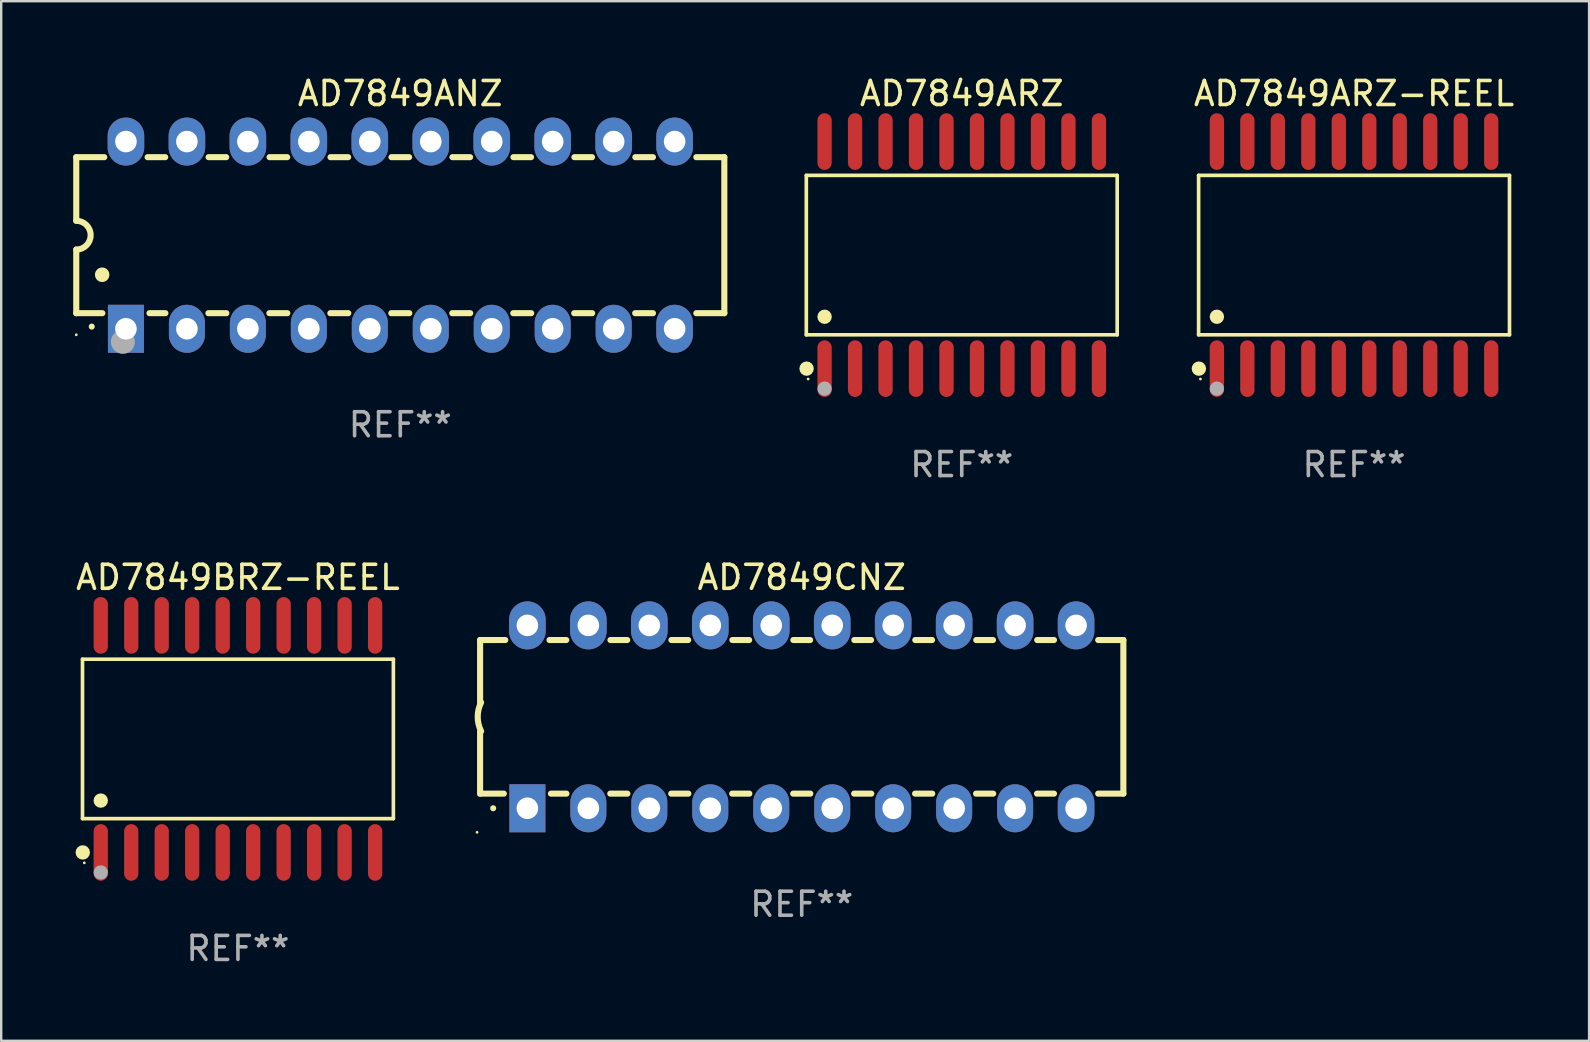
<source format=kicad_pcb>
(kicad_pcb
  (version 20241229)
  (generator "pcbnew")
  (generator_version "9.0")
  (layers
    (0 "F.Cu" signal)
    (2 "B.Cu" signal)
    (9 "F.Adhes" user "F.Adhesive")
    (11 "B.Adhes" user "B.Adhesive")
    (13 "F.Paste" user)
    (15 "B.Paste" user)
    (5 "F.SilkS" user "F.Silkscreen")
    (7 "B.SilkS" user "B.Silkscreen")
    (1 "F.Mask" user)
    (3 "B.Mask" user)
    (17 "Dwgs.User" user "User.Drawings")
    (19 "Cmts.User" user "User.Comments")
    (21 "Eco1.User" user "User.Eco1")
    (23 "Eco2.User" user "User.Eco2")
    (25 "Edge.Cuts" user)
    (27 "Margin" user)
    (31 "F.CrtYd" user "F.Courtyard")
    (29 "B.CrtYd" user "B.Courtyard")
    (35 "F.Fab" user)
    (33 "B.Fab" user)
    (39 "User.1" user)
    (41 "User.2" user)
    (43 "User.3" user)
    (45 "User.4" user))
  (footprint "AD7849ARZ-REEL"
    (layer "F.Cu")
    (at 53.363 7.578)
    (property "Reference" "AD7849ARZ-REEL" (at 0 -6.73 0) (layer "F.SilkS") (effects (font (size 1 1) (thickness 0.15))))
    (attr through_hole)
    (fp_line (start -6.476 -3.321) (end 6.476 -3.321) (stroke (width 0.152) (type solid)) (layer "F.SilkS"))
    (fp_line (start -6.476 3.321) (end -6.476 -3.321) (stroke (width 0.152) (type solid)) (layer "F.SilkS"))
    (fp_line (start 6.476 -3.321) (end 6.476 3.321) (stroke (width 0.152) (type solid)) (layer "F.SilkS"))
    (fp_line (start 6.476 3.321) (end -6.476 3.321) (stroke (width 0.152) (type solid)) (layer "F.SilkS"))
    (fp_circle (center -6.465 4.73) (end -6.315 4.73) (stroke (width 0.3) (type solid)) (fill no) (layer "F.SilkS"))
    (fp_circle (center -6.4 5.163) (end -6.37 5.163) (stroke (width 0.06) (type solid)) (fill no) (layer "F.SilkS"))
    (fp_circle (center -5.715 2.569) (end -5.565 2.569) (stroke (width 0.3) (type solid)) (fill no) (layer "F.SilkS"))
    (fp_circle (center -5.715 5.563) (end -5.565 5.563) (stroke (width 0.3) (type solid)) (fill no) (layer "F.Fab"))
    (fp_text user "REF**" (at 0 8.73 0) (layer "F.Fab") (effects (font (size 1 1) (thickness 0.15))))
    (pad "1" smd oval (at -5.715 4.73) (size 0.595 2.36) (layers "F.Cu" "F.Mask" "F.Paste"))
    (pad "2" smd oval (at -4.445 4.73) (size 0.595 2.36) (layers "F.Cu" "F.Mask" "F.Paste"))
    (pad "3" smd oval (at -3.175 4.73) (size 0.595 2.36) (layers "F.Cu" "F.Mask" "F.Paste"))
    (pad "4" smd oval (at -1.905 4.73) (size 0.595 2.36) (layers "F.Cu" "F.Mask" "F.Paste"))
    (pad "5" smd oval (at -0.635 4.73) (size 0.595 2.36) (layers "F.Cu" "F.Mask" "F.Paste"))
    (pad "6" smd oval (at 0.635 4.73) (size 0.595 2.36) (layers "F.Cu" "F.Mask" "F.Paste"))
    (pad "7" smd oval (at 1.905 4.73) (size 0.595 2.36) (layers "F.Cu" "F.Mask" "F.Paste"))
    (pad "8" smd oval (at 3.175 4.73) (size 0.595 2.36) (layers "F.Cu" "F.Mask" "F.Paste"))
    (pad "9" smd oval (at 4.445 4.73) (size 0.595 2.36) (layers "F.Cu" "F.Mask" "F.Paste"))
    (pad "10" smd oval (at 5.715 4.73) (size 0.595 2.36) (layers "F.Cu" "F.Mask" "F.Paste"))
    (pad "11" smd oval (at 5.715 -4.73) (size 0.595 2.36) (layers "F.Cu" "F.Mask" "F.Paste"))
    (pad "12" smd oval (at 4.445 -4.73) (size 0.595 2.36) (layers "F.Cu" "F.Mask" "F.Paste"))
    (pad "13" smd oval (at 3.175 -4.73) (size 0.595 2.36) (layers "F.Cu" "F.Mask" "F.Paste"))
    (pad "14" smd oval (at 1.905 -4.73) (size 0.595 2.36) (layers "F.Cu" "F.Mask" "F.Paste"))
    (pad "15" smd oval (at 0.635 -4.73) (size 0.595 2.36) (layers "F.Cu" "F.Mask" "F.Paste"))
    (pad "16" smd oval (at -0.635 -4.73) (size 0.595 2.36) (layers "F.Cu" "F.Mask" "F.Paste"))
    (pad "17" smd oval (at -1.905 -4.73) (size 0.595 2.36) (layers "F.Cu" "F.Mask" "F.Paste"))
    (pad "18" smd oval (at -3.175 -4.73) (size 0.595 2.36) (layers "F.Cu" "F.Mask" "F.Paste"))
    (pad "19" smd oval (at -4.445 -4.73) (size 0.595 2.36) (layers "F.Cu" "F.Mask" "F.Paste"))
    (pad "20" smd oval (at -5.715 -4.73) (size 0.595 2.36) (layers "F.Cu" "F.Mask" "F.Paste")))
  (footprint "AD7849ANZ"
    (layer "F.Cu")
    (at 13.627 6.748)
    (property "Reference" "AD7849ANZ" (at 0 -5.9 0) (layer "F.SilkS") (effects (font (size 1 1) (thickness 0.15))))
    (attr through_hole)
    (fp_line (start -13.5 -3.25) (end -12.333 -3.25) (stroke (width 0.254) (type solid)) (layer "F.SilkS"))
    (fp_line (start -13.5 -0.6) (end -13.5 -3.25) (stroke (width 0.254) (type solid)) (layer "F.SilkS"))
    (fp_line (start -13.5 3.25) (end -13.5 0.6) (stroke (width 0.254) (type solid)) (layer "F.SilkS"))
    (fp_line (start -13.5 3.25) (end -12.411 3.25) (stroke (width 0.254) (type solid)) (layer "F.SilkS"))
    (fp_line (start -10.527 -3.25) (end -9.793 -3.25) (stroke (width 0.254) (type solid)) (layer "F.SilkS"))
    (fp_line (start -10.449 3.25) (end -9.786 3.25) (stroke (width 0.254) (type solid)) (layer "F.SilkS"))
    (fp_line (start -7.994 3.25) (end -7.246 3.25) (stroke (width 0.254) (type solid)) (layer "F.SilkS"))
    (fp_line (start -7.987 -3.25) (end -7.253 -3.25) (stroke (width 0.254) (type solid)) (layer "F.SilkS"))
    (fp_line (start -5.454 3.25) (end -4.706 3.25) (stroke (width 0.254) (type solid)) (layer "F.SilkS"))
    (fp_line (start -5.447 -3.25) (end -4.713 -3.25) (stroke (width 0.254) (type solid)) (layer "F.SilkS"))
    (fp_line (start -2.914 3.25) (end -2.166 3.25) (stroke (width 0.254) (type solid)) (layer "F.SilkS"))
    (fp_line (start -2.907 -3.25) (end -2.173 -3.25) (stroke (width 0.254) (type solid)) (layer "F.SilkS"))
    (fp_line (start -0.374 3.25) (end 0.374 3.25) (stroke (width 0.254) (type solid)) (layer "F.SilkS"))
    (fp_line (start -0.367 -3.25) (end 0.367 -3.25) (stroke (width 0.254) (type solid)) (layer "F.SilkS"))
    (fp_line (start 2.166 3.25) (end 2.914 3.25) (stroke (width 0.254) (type solid)) (layer "F.SilkS"))
    (fp_line (start 2.173 -3.25) (end 2.907 -3.25) (stroke (width 0.254) (type solid)) (layer "F.SilkS"))
    (fp_line (start 4.706 3.25) (end 5.454 3.25) (stroke (width 0.254) (type solid)) (layer "F.SilkS"))
    (fp_line (start 4.713 -3.25) (end 5.447 -3.25) (stroke (width 0.254) (type solid)) (layer "F.SilkS"))
    (fp_line (start 7.246 3.25) (end 7.994 3.25) (stroke (width 0.254) (type solid)) (layer "F.SilkS"))
    (fp_line (start 7.253 -3.25) (end 7.987 -3.25) (stroke (width 0.254) (type solid)) (layer "F.SilkS"))
    (fp_line (start 9.786 3.25) (end 10.527 3.25) (stroke (width 0.254) (type solid)) (layer "F.SilkS"))
    (fp_line (start 9.793 -3.25) (end 10.527 -3.25) (stroke (width 0.254) (type solid)) (layer "F.SilkS"))
    (fp_line (start 12.333 -3.25) (end 13.5 -3.25) (stroke (width 0.254) (type solid)) (layer "F.SilkS"))
    (fp_line (start 12.333 3.25) (end 13.5 3.25) (stroke (width 0.254) (type solid)) (layer "F.SilkS"))
    (fp_line (start 13.5 -3.25) (end 13.5 3.25) (stroke (width 0.254) (type solid)) (layer "F.SilkS"))
    (fp_arc (start -13.500127 -0.599442) (mid -12.900406 0.000228) (end -13.500025 0.6) (stroke (width 0.254001) (type solid)) (layer "F.SilkS"))
    (fp_arc (start -12.854966 3.810008) (mid -12.854973 3.808738) (end -12.854966 3.807468) (stroke (width 0.25) (type solid)) (layer "F.SilkS"))
    (fp_arc (start -12.420625 1.651003) (mid -12.420636 1.648463) (end -12.420625 1.645923) (stroke (width 0.6) (type solid)) (layer "F.SilkS"))
    (fp_circle (center -13.5 4.15) (end -13.47 4.15) (stroke (width 0.06) (type solid)) (fill no) (layer "F.SilkS"))
    (fp_circle (center -11.557 4.445) (end -11.307 4.445) (stroke (width 0.5) (type solid)) (fill no) (layer "F.Fab"))
    (fp_text user "REF**" (at 0 7.9 0) (layer "F.Fab") (effects (font (size 1 1) (thickness 0.15))))
    (pad "1" thru_hole rect (at -11.43 3.9 90) (size 2 1.5) (drill 0.9) (layers "*.Cu" "*.Mask"))
    (pad "2" thru_hole oval (at -8.89 3.9 90) (size 2 1.5) (drill 0.9) (layers "*.Cu" "*.Mask"))
    (pad "3" thru_hole oval (at -6.35 3.9 90) (size 2 1.5) (drill 0.9) (layers "*.Cu" "*.Mask"))
    (pad "4" thru_hole oval (at -3.81 3.9 90) (size 2 1.5) (drill 0.9) (layers "*.Cu" "*.Mask"))
    (pad "5" thru_hole oval (at -1.27 3.9 90) (size 2 1.5) (drill 0.9) (layers "*.Cu" "*.Mask"))
    (pad "6" thru_hole oval (at 1.27 3.9 90) (size 2 1.5) (drill 0.9) (layers "*.Cu" "*.Mask"))
    (pad "7" thru_hole oval (at 3.81 3.9 90) (size 2 1.5) (drill 0.9) (layers "*.Cu" "*.Mask"))
    (pad "8" thru_hole oval (at 6.35 3.9 90) (size 2 1.5) (drill 0.9) (layers "*.Cu" "*.Mask"))
    (pad "9" thru_hole oval (at 8.89 3.9 90) (size 2 1.5) (drill 0.9) (layers "*.Cu" "*.Mask"))
    (pad "10" thru_hole oval (at 11.43 3.9 90) (size 2 1.524) (drill 0.9) (layers "*.Cu" "*.Mask"))
    (pad "11" thru_hole oval (at 11.43 -3.9 90) (size 2 1.524) (drill 0.9) (layers "*.Cu" "*.Mask"))
    (pad "12" thru_hole oval (at 8.89 -3.9 90) (size 2 1.524) (drill 0.9) (layers "*.Cu" "*.Mask"))
    (pad "13" thru_hole oval (at 6.35 -3.9 90) (size 2 1.524) (drill 0.9) (layers "*.Cu" "*.Mask"))
    (pad "14" thru_hole oval (at 3.81 -3.9 90) (size 2 1.524) (drill 0.9) (layers "*.Cu" "*.Mask"))
    (pad "15" thru_hole oval (at 1.27 -3.9 90) (size 2 1.524) (drill 0.9) (layers "*.Cu" "*.Mask"))
    (pad "16" thru_hole oval (at -1.27 -3.9 90) (size 2 1.524) (drill 0.9) (layers "*.Cu" "*.Mask"))
    (pad "17" thru_hole oval (at -3.81 -3.9 90) (size 2 1.524) (drill 0.9) (layers "*.Cu" "*.Mask"))
    (pad "18" thru_hole oval (at -6.35 -3.9 90) (size 2 1.524) (drill 0.9) (layers "*.Cu" "*.Mask"))
    (pad "19" thru_hole oval (at -8.89 -3.9 90) (size 2 1.524) (drill 0.9) (layers "*.Cu" "*.Mask"))
    (pad "20" thru_hole oval (at -11.43 -3.9 90) (size 2 1.524) (drill 0.9) (layers "*.Cu" "*.Mask")))
  (footprint "AD7849ARZ"
    (layer "F.Cu")
    (at 37.019 7.578)
    (property "Reference" "AD7849ARZ" (at 0 -6.73 0) (layer "F.SilkS") (effects (font (size 1 1) (thickness 0.15))))
    (attr through_hole)
    (fp_line (start -6.476 -3.321) (end 6.476 -3.321) (stroke (width 0.152) (type solid)) (layer "F.SilkS"))
    (fp_line (start -6.476 3.321) (end -6.476 -3.321) (stroke (width 0.152) (type solid)) (layer "F.SilkS"))
    (fp_line (start 6.476 -3.321) (end 6.476 3.321) (stroke (width 0.152) (type solid)) (layer "F.SilkS"))
    (fp_line (start 6.476 3.321) (end -6.476 3.321) (stroke (width 0.152) (type solid)) (layer "F.SilkS"))
    (fp_circle (center -6.465 4.73) (end -6.315 4.73) (stroke (width 0.3) (type solid)) (fill no) (layer "F.SilkS"))
    (fp_circle (center -6.4 5.163) (end -6.37 5.163) (stroke (width 0.06) (type solid)) (fill no) (layer "F.SilkS"))
    (fp_circle (center -5.715 2.569) (end -5.565 2.569) (stroke (width 0.3) (type solid)) (fill no) (layer "F.SilkS"))
    (fp_circle (center -5.715 5.563) (end -5.565 5.563) (stroke (width 0.3) (type solid)) (fill no) (layer "F.Fab"))
    (fp_text user "REF**" (at 0 8.73 0) (layer "F.Fab") (effects (font (size 1 1) (thickness 0.15))))
    (pad "1" smd oval (at -5.715 4.73) (size 0.595 2.36) (layers "F.Cu" "F.Mask" "F.Paste"))
    (pad "2" smd oval (at -4.445 4.73) (size 0.595 2.36) (layers "F.Cu" "F.Mask" "F.Paste"))
    (pad "3" smd oval (at -3.175 4.73) (size 0.595 2.36) (layers "F.Cu" "F.Mask" "F.Paste"))
    (pad "4" smd oval (at -1.905 4.73) (size 0.595 2.36) (layers "F.Cu" "F.Mask" "F.Paste"))
    (pad "5" smd oval (at -0.635 4.73) (size 0.595 2.36) (layers "F.Cu" "F.Mask" "F.Paste"))
    (pad "6" smd oval (at 0.635 4.73) (size 0.595 2.36) (layers "F.Cu" "F.Mask" "F.Paste"))
    (pad "7" smd oval (at 1.905 4.73) (size 0.595 2.36) (layers "F.Cu" "F.Mask" "F.Paste"))
    (pad "8" smd oval (at 3.175 4.73) (size 0.595 2.36) (layers "F.Cu" "F.Mask" "F.Paste"))
    (pad "9" smd oval (at 4.445 4.73) (size 0.595 2.36) (layers "F.Cu" "F.Mask" "F.Paste"))
    (pad "10" smd oval (at 5.715 4.73) (size 0.595 2.36) (layers "F.Cu" "F.Mask" "F.Paste"))
    (pad "11" smd oval (at 5.715 -4.73) (size 0.595 2.36) (layers "F.Cu" "F.Mask" "F.Paste"))
    (pad "12" smd oval (at 4.445 -4.73) (size 0.595 2.36) (layers "F.Cu" "F.Mask" "F.Paste"))
    (pad "13" smd oval (at 3.175 -4.73) (size 0.595 2.36) (layers "F.Cu" "F.Mask" "F.Paste"))
    (pad "14" smd oval (at 1.905 -4.73) (size 0.595 2.36) (layers "F.Cu" "F.Mask" "F.Paste"))
    (pad "15" smd oval (at 0.635 -4.73) (size 0.595 2.36) (layers "F.Cu" "F.Mask" "F.Paste"))
    (pad "16" smd oval (at -0.635 -4.73) (size 0.595 2.36) (layers "F.Cu" "F.Mask" "F.Paste"))
    (pad "17" smd oval (at -1.905 -4.73) (size 0.595 2.36) (layers "F.Cu" "F.Mask" "F.Paste"))
    (pad "18" smd oval (at -3.175 -4.73) (size 0.595 2.36) (layers "F.Cu" "F.Mask" "F.Paste"))
    (pad "19" smd oval (at -4.445 -4.73) (size 0.595 2.36) (layers "F.Cu" "F.Mask" "F.Paste"))
    (pad "20" smd oval (at -5.715 -4.73) (size 0.595 2.36) (layers "F.Cu" "F.Mask" "F.Paste")))
  (footprint "AD7849BRZ-REEL"
    (layer "F.Cu")
    (at 6.863 27.735)
    (property "Reference" "AD7849BRZ-REEL" (at 0 -6.73 0) (layer "F.SilkS") (effects (font (size 1 1) (thickness 0.15))))
    (attr through_hole)
    (fp_line (start -6.476 -3.321) (end 6.476 -3.321) (stroke (width 0.152) (type solid)) (layer "F.SilkS"))
    (fp_line (start -6.476 3.321) (end -6.476 -3.321) (stroke (width 0.152) (type solid)) (layer "F.SilkS"))
    (fp_line (start 6.476 -3.321) (end 6.476 3.321) (stroke (width 0.152) (type solid)) (layer "F.SilkS"))
    (fp_line (start 6.476 3.321) (end -6.476 3.321) (stroke (width 0.152) (type solid)) (layer "F.SilkS"))
    (fp_circle (center -6.465 4.73) (end -6.315 4.73) (stroke (width 0.3) (type solid)) (fill no) (layer "F.SilkS"))
    (fp_circle (center -6.4 5.163) (end -6.37 5.163) (stroke (width 0.06) (type solid)) (fill no) (layer "F.SilkS"))
    (fp_circle (center -5.715 2.569) (end -5.565 2.569) (stroke (width 0.3) (type solid)) (fill no) (layer "F.SilkS"))
    (fp_circle (center -5.715 5.563) (end -5.565 5.563) (stroke (width 0.3) (type solid)) (fill no) (layer "F.Fab"))
    (fp_text user "REF**" (at 0 8.73 0) (layer "F.Fab") (effects (font (size 1 1) (thickness 0.15))))
    (pad "1" smd oval (at -5.715 4.73) (size 0.595 2.36) (layers "F.Cu" "F.Mask" "F.Paste"))
    (pad "2" smd oval (at -4.445 4.73) (size 0.595 2.36) (layers "F.Cu" "F.Mask" "F.Paste"))
    (pad "3" smd oval (at -3.175 4.73) (size 0.595 2.36) (layers "F.Cu" "F.Mask" "F.Paste"))
    (pad "4" smd oval (at -1.905 4.73) (size 0.595 2.36) (layers "F.Cu" "F.Mask" "F.Paste"))
    (pad "5" smd oval (at -0.635 4.73) (size 0.595 2.36) (layers "F.Cu" "F.Mask" "F.Paste"))
    (pad "6" smd oval (at 0.635 4.73) (size 0.595 2.36) (layers "F.Cu" "F.Mask" "F.Paste"))
    (pad "7" smd oval (at 1.905 4.73) (size 0.595 2.36) (layers "F.Cu" "F.Mask" "F.Paste"))
    (pad "8" smd oval (at 3.175 4.73) (size 0.595 2.36) (layers "F.Cu" "F.Mask" "F.Paste"))
    (pad "9" smd oval (at 4.445 4.73) (size 0.595 2.36) (layers "F.Cu" "F.Mask" "F.Paste"))
    (pad "10" smd oval (at 5.715 4.73) (size 0.595 2.36) (layers "F.Cu" "F.Mask" "F.Paste"))
    (pad "11" smd oval (at 5.715 -4.73) (size 0.595 2.36) (layers "F.Cu" "F.Mask" "F.Paste"))
    (pad "12" smd oval (at 4.445 -4.73) (size 0.595 2.36) (layers "F.Cu" "F.Mask" "F.Paste"))
    (pad "13" smd oval (at 3.175 -4.73) (size 0.595 2.36) (layers "F.Cu" "F.Mask" "F.Paste"))
    (pad "14" smd oval (at 1.905 -4.73) (size 0.595 2.36) (layers "F.Cu" "F.Mask" "F.Paste"))
    (pad "15" smd oval (at 0.635 -4.73) (size 0.595 2.36) (layers "F.Cu" "F.Mask" "F.Paste"))
    (pad "16" smd oval (at -0.635 -4.73) (size 0.595 2.36) (layers "F.Cu" "F.Mask" "F.Paste"))
    (pad "17" smd oval (at -1.905 -4.73) (size 0.595 2.36) (layers "F.Cu" "F.Mask" "F.Paste"))
    (pad "18" smd oval (at -3.175 -4.73) (size 0.595 2.36) (layers "F.Cu" "F.Mask" "F.Paste"))
    (pad "19" smd oval (at -4.445 -4.73) (size 0.595 2.36) (layers "F.Cu" "F.Mask" "F.Paste"))
    (pad "20" smd oval (at -5.715 -4.73) (size 0.595 2.36) (layers "F.Cu" "F.Mask" "F.Paste")))
  (footprint "AD7849CNZ"
    (layer "F.Cu")
    (at 30.352 26.815)
    (property "Reference" "AD7849CNZ" (at 0 -5.81 0) (layer "F.SilkS") (effects (font (size 1 1) (thickness 0.15))))
    (attr through_hole)
    (fp_line (start -13.4 -3.2) (end -12.351 -3.2) (stroke (width 0.254) (type solid)) (layer "F.SilkS"))
    (fp_line (start -13.4 -0.6) (end -13.4 -3.2) (stroke (width 0.254) (type solid)) (layer "F.SilkS"))
    (fp_line (start -13.4 3.2) (end -13.4 0.6) (stroke (width 0.254) (type solid)) (layer "F.SilkS"))
    (fp_line (start -13.4 3.2) (end -12.411 3.2) (stroke (width 0.254) (type solid)) (layer "F.SilkS"))
    (fp_line (start -10.509 -3.2) (end -9.811 -3.2) (stroke (width 0.254) (type solid)) (layer "F.SilkS"))
    (fp_line (start -10.449 3.2) (end -9.803 3.2) (stroke (width 0.254) (type solid)) (layer "F.SilkS"))
    (fp_line (start -7.977 3.2) (end -7.263 3.2) (stroke (width 0.254) (type solid)) (layer "F.SilkS"))
    (fp_line (start -7.969 -3.2) (end -7.271 -3.2) (stroke (width 0.254) (type solid)) (layer "F.SilkS"))
    (fp_line (start -5.437 3.2) (end -4.723 3.2) (stroke (width 0.254) (type solid)) (layer "F.SilkS"))
    (fp_line (start -5.429 -3.2) (end -4.731 -3.2) (stroke (width 0.254) (type solid)) (layer "F.SilkS"))
    (fp_line (start -2.897 3.2) (end -2.183 3.2) (stroke (width 0.254) (type solid)) (layer "F.SilkS"))
    (fp_line (start -2.889 -3.2) (end -2.191 -3.2) (stroke (width 0.254) (type solid)) (layer "F.SilkS"))
    (fp_line (start -0.357 3.2) (end 0.357 3.2) (stroke (width 0.254) (type solid)) (layer "F.SilkS"))
    (fp_line (start -0.349 -3.2) (end 0.349 -3.2) (stroke (width 0.254) (type solid)) (layer "F.SilkS"))
    (fp_line (start 2.183 3.2) (end 2.897 3.2) (stroke (width 0.254) (type solid)) (layer "F.SilkS"))
    (fp_line (start 2.191 -3.2) (end 2.889 -3.2) (stroke (width 0.254) (type solid)) (layer "F.SilkS"))
    (fp_line (start 4.723 3.2) (end 5.437 3.2) (stroke (width 0.254) (type solid)) (layer "F.SilkS"))
    (fp_line (start 4.731 -3.2) (end 5.429 -3.2) (stroke (width 0.254) (type solid)) (layer "F.SilkS"))
    (fp_line (start 7.263 3.2) (end 7.977 3.2) (stroke (width 0.254) (type solid)) (layer "F.SilkS"))
    (fp_line (start 7.271 -3.2) (end 7.969 -3.2) (stroke (width 0.254) (type solid)) (layer "F.SilkS"))
    (fp_line (start 9.803 3.2) (end 10.509 3.2) (stroke (width 0.254) (type solid)) (layer "F.SilkS"))
    (fp_line (start 9.811 -3.2) (end 10.509 -3.2) (stroke (width 0.254) (type solid)) (layer "F.SilkS"))
    (fp_line (start 12.351 -3.2) (end 13.4 -3.2) (stroke (width 0.254) (type solid)) (layer "F.SilkS"))
    (fp_line (start 12.351 3.2) (end 13.4 3.2) (stroke (width 0.254) (type solid)) (layer "F.SilkS"))
    (fp_line (start 13.4 -3.2) (end 13.4 3.2) (stroke (width 0.254) (type solid)) (layer "F.SilkS"))
    (fp_arc (start -13.357557 0.599721) (mid -13.499295 0.000123) (end -13.358598 -0.599721) (stroke (width 0.254001) (type solid)) (layer "F.SilkS"))
    (fp_arc (start -12.854966 3.810008) (mid -12.854973 3.808738) (end -12.854966 3.807468) (stroke (width 0.25) (type solid)) (layer "F.SilkS"))
    (fp_circle (center -13.527 4.81) (end -13.497 4.81) (stroke (width 0.06) (type solid)) (fill no) (layer "F.SilkS"))
    (fp_text user "REF**" (at 0 7.81 0) (layer "F.Fab") (effects (font (size 1 1) (thickness 0.15))))
    (pad "1" thru_hole rect (at -11.43 3.81 90) (size 2 1.5) (drill 0.9) (layers "*.Cu" "*.Mask"))
    (pad "2" thru_hole oval (at -8.89 3.81 90) (size 2 1.5) (drill 0.9) (layers "*.Cu" "*.Mask"))
    (pad "3" thru_hole oval (at -6.35 3.81 90) (size 2 1.5) (drill 0.9) (layers "*.Cu" "*.Mask"))
    (pad "4" thru_hole oval (at -3.81 3.81 90) (size 2 1.5) (drill 0.9) (layers "*.Cu" "*.Mask"))
    (pad "5" thru_hole oval (at -1.27 3.81 90) (size 2 1.5) (drill 0.9) (layers "*.Cu" "*.Mask"))
    (pad "6" thru_hole oval (at 1.27 3.81 90) (size 2 1.5) (drill 0.9) (layers "*.Cu" "*.Mask"))
    (pad "7" thru_hole oval (at 3.81 3.81 90) (size 2 1.5) (drill 0.9) (layers "*.Cu" "*.Mask"))
    (pad "8" thru_hole oval (at 6.35 3.81 90) (size 2 1.5) (drill 0.9) (layers "*.Cu" "*.Mask"))
    (pad "9" thru_hole oval (at 8.89 3.81 90) (size 2 1.5) (drill 0.9) (layers "*.Cu" "*.Mask"))
    (pad "10" thru_hole oval (at 11.43 3.81 90) (size 2 1.524) (drill 0.9) (layers "*.Cu" "*.Mask"))
    (pad "11" thru_hole oval (at 11.43 -3.81 90) (size 2 1.524) (drill 0.9) (layers "*.Cu" "*.Mask"))
    (pad "12" thru_hole oval (at 8.89 -3.81 90) (size 2 1.524) (drill 0.9) (layers "*.Cu" "*.Mask"))
    (pad "13" thru_hole oval (at 6.35 -3.81 90) (size 2 1.524) (drill 0.9) (layers "*.Cu" "*.Mask"))
    (pad "14" thru_hole oval (at 3.81 -3.81 90) (size 2 1.524) (drill 0.9) (layers "*.Cu" "*.Mask"))
    (pad "15" thru_hole oval (at 1.27 -3.81 90) (size 2 1.524) (drill 0.9) (layers "*.Cu" "*.Mask"))
    (pad "16" thru_hole oval (at -1.27 -3.81 90) (size 2 1.524) (drill 0.9) (layers "*.Cu" "*.Mask"))
    (pad "17" thru_hole oval (at -3.81 -3.81 90) (size 2 1.524) (drill 0.9) (layers "*.Cu" "*.Mask"))
    (pad "18" thru_hole oval (at -6.35 -3.81 90) (size 2 1.524) (drill 0.9) (layers "*.Cu" "*.Mask"))
    (pad "19" thru_hole oval (at -8.89 -3.81 90) (size 2 1.524) (drill 0.9) (layers "*.Cu" "*.Mask"))
    (pad "20" thru_hole oval (at -11.43 -3.81 90) (size 2 1.524) (drill 0.9) (layers "*.Cu" "*.Mask")))
  (gr_rect
    (start -3 -3)
    (end 63.155 40.313)
    (stroke (width 0.1) (type default))
    (fill no)
    (layer "Edge.Cuts")))
</source>
